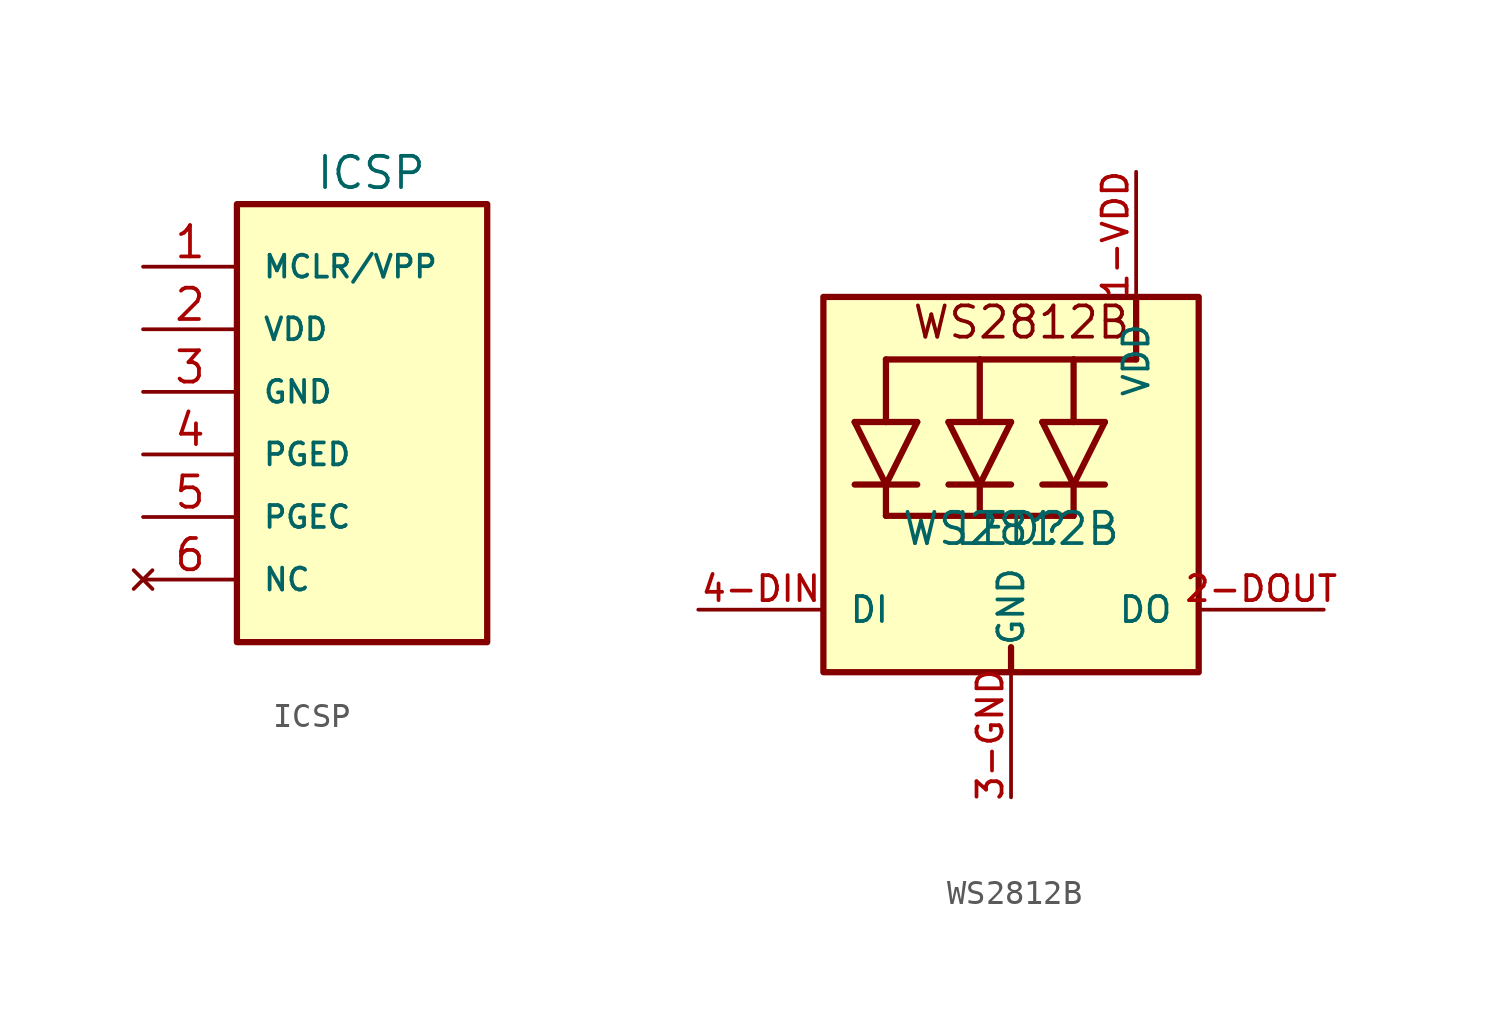
<source format=kicad_sym>
(kicad_symbol_lib
  (version 20241209)
  (generator "kicad_symbol_editor")
  (generator_version "9.0")
  (symbol "ICSP"
    (pin_names
      (offset 1.016))
    (property "Reference" "ICSP"
      (at -1.905 10.16 0)
      (effects (font (size 1.27 1.27)) (justify left) (hide yes)))
    (property "Value" "ICSP"
      (at -1.905 10.16 0)
      (effects (font (size 1.27 1.27)) (justify left)))
    (symbol "ICSP_0_1"
      (rectangle (start -5.08 -8.89) (end 5.08 8.89) (stroke (width 0.254) (type solid)) (fill (type background))))
    (symbol "ICSP_1_1"
      (pin bidirectional line (at -8.89 6.35 0) (length 3.81) (name "MCLR/VPP" (effects (font (size 0.889 0.889)))) (number "1" (effects (font (size 1.27 1.27)))))
      (pin power_in line (at -8.89 3.81 0) (length 3.81) (name "VDD" (effects (font (size 0.889 0.889)))) (number "2" (effects (font (size 1.27 1.27)))))
      (pin power_in line (at -8.89 1.27 0) (length 3.81) (name "GND" (effects (font (size 0.889 0.889)))) (number "3" (effects (font (size 1.27 1.27)))))
      (pin bidirectional line (at -8.89 -1.27 0) (length 3.81) (name "PGED" (effects (font (size 0.889 0.889)))) (number "4" (effects (font (size 1.27 1.27)))))
      (pin bidirectional line (at -8.89 -3.81 0) (length 3.81) (name "PGEC" (effects (font (size 0.889 0.889)))) (number "5" (effects (font (size 1.27 1.27)))))
      (pin no_connect line (at -8.89 -6.35 0) (length 3.81) (name "NC" (effects (font (size 0.889 0.889)))) (number "6" (effects (font (size 1.27 1.27)))))))
  (symbol "WS2812B"
    (pin_names
      (offset 1.016))
    (property "Reference" "LED"
      (at 0 0 0)
      (effects (font (size 1.27 1.27)) (justify bottom)))
    (property "Value" "WS2812B"
      (at 0 0 0)
      (effects (font (size 1.27 1.27)) (justify bottom)))
    (symbol "WS2812B_0_0"
      (rectangle (start -7.62 -5.08) (end 7.62 10.16) (stroke (width 0.254) (type default)) (fill (type background)))
      (polyline (pts (xy -6.35 5.08) (xy -5.08 5.08)) (stroke (width 0.254) (type default)) (fill (type none)))
      (polyline (pts (xy -6.35 2.54) (xy -5.08 2.54)) (stroke (width 0.254) (type default)) (fill (type none)))
      (polyline (pts (xy -5.08 7.62) (xy -5.08 5.08)) (stroke (width 0.254) (type default)) (fill (type none)))
      (polyline (pts (xy -5.08 5.08) (xy -3.81 5.08)) (stroke (width 0.254) (type default)) (fill (type none)))
      (polyline (pts (xy -5.08 2.54) (xy -6.35 5.08)) (stroke (width 0.254) (type default)) (fill (type none)))
      (polyline (pts (xy -5.08 2.54) (xy -5.08 1.27)) (stroke (width 0.254) (type default)) (fill (type none)))
      (polyline (pts (xy -5.08 2.54) (xy -3.81 5.08)) (stroke (width 0.254) (type default)) (fill (type none)))
      (polyline (pts (xy -3.81 2.54) (xy -5.08 2.54)) (stroke (width 0.254) (type default)) (fill (type none)))
      (polyline (pts (xy -2.54 5.08) (xy 0 5.08)) (stroke (width 0.254) (type default)) (fill (type none)))
      (polyline (pts (xy -2.54 2.54) (xy -1.27 2.54)) (stroke (width 0.254) (type default)) (fill (type none)))
      (polyline (pts (xy -1.27 7.62) (xy -5.08 7.62)) (stroke (width 0.254) (type default)) (fill (type none)))
      (polyline (pts (xy -1.27 5.08) (xy -1.27 7.62)) (stroke (width 0.254) (type default)) (fill (type none)))
      (polyline (pts (xy -1.27 2.54) (xy -2.54 5.08)) (stroke (width 0.254) (type default)) (fill (type none)))
      (polyline (pts (xy -1.27 2.54) (xy -1.27 1.27)) (stroke (width 0.254) (type default)) (fill (type none)))
      (polyline (pts (xy -1.27 2.54) (xy 0 2.54)) (stroke (width 0.254) (type default)) (fill (type none)))
      (polyline (pts (xy -1.27 1.27) (xy -5.08 1.27)) (stroke (width 0.254) (type default)) (fill (type none)))
      (polyline (pts (xy 0 5.08) (xy -1.27 2.54)) (stroke (width 0.254) (type default)) (fill (type none)))
      (polyline (pts (xy 0 -4.064) (xy 0 -5.08)) (stroke (width 0.254) (type default)) (fill (type none)))
      (polyline (pts (xy 1.27 5.08) (xy 2.54 5.08)) (stroke (width 0.254) (type default)) (fill (type none)))
      (polyline (pts (xy 1.27 5.08) (xy 2.54 2.54)) (stroke (width 0.254) (type default)) (fill (type none)))
      (polyline (pts (xy 2.54 7.62) (xy -1.27 7.62)) (stroke (width 0.254) (type default)) (fill (type none)))
      (polyline (pts (xy 2.54 7.62) (xy 5.08 7.62)) (stroke (width 0.254) (type default)) (fill (type none)))
      (polyline (pts (xy 2.54 5.08) (xy 2.54 7.62)) (stroke (width 0.254) (type default)) (fill (type none)))
      (polyline (pts (xy 2.54 2.54) (xy 1.27 2.54)) (stroke (width 0.254) (type default)) (fill (type none)))
      (polyline (pts (xy 2.54 2.54) (xy 2.54 1.27)) (stroke (width 0.254) (type default)) (fill (type none)))
      (polyline (pts (xy 2.54 2.54) (xy 3.81 5.08)) (stroke (width 0.254) (type default)) (fill (type none)))
      (polyline (pts (xy 2.54 2.54) (xy 3.81 2.54)) (stroke (width 0.254) (type default)) (fill (type none)))
      (polyline (pts (xy 2.54 1.27) (xy -1.27 1.27)) (stroke (width 0.254) (type default)) (fill (type none)))
      (polyline (pts (xy 3.81 5.08) (xy 2.54 5.08)) (stroke (width 0.254) (type default)) (fill (type none)))
      (polyline (pts (xy 5.08 10.16) (xy 5.08 7.62)) (stroke (width 0.254) (type default)) (fill (type none)))
      (text "WS2812B" (at -4.064 8.382 0) (effects (font (size 1.27 1.27)) (justify left bottom)))
      (pin input line (at -12.7 -2.54 0) (length 5.08) (name "DI" (effects (font (size 1.016 1.016)))) (number "4-DIN" (effects (font (size 1.016 1.016)))))
      (pin power_in line (at 0 -10.16 90) (length 5.08) (name "GND" (effects (font (size 1.016 1.016)))) (number "3-GND" (effects (font (size 1.016 1.016)))))
      (pin power_in line (at 5.08 15.24 270) (length 5.08) (name "VDD" (effects (font (size 1.016 1.016)))) (number "1-VDD" (effects (font (size 1.016 1.016)))))
      (pin output line (at 12.7 -2.54 180) (length 5.08) (name "DO" (effects (font (size 1.016 1.016)))) (number "2-DOUT" (effects (font (size 1.016 1.016))))))))
</source>
